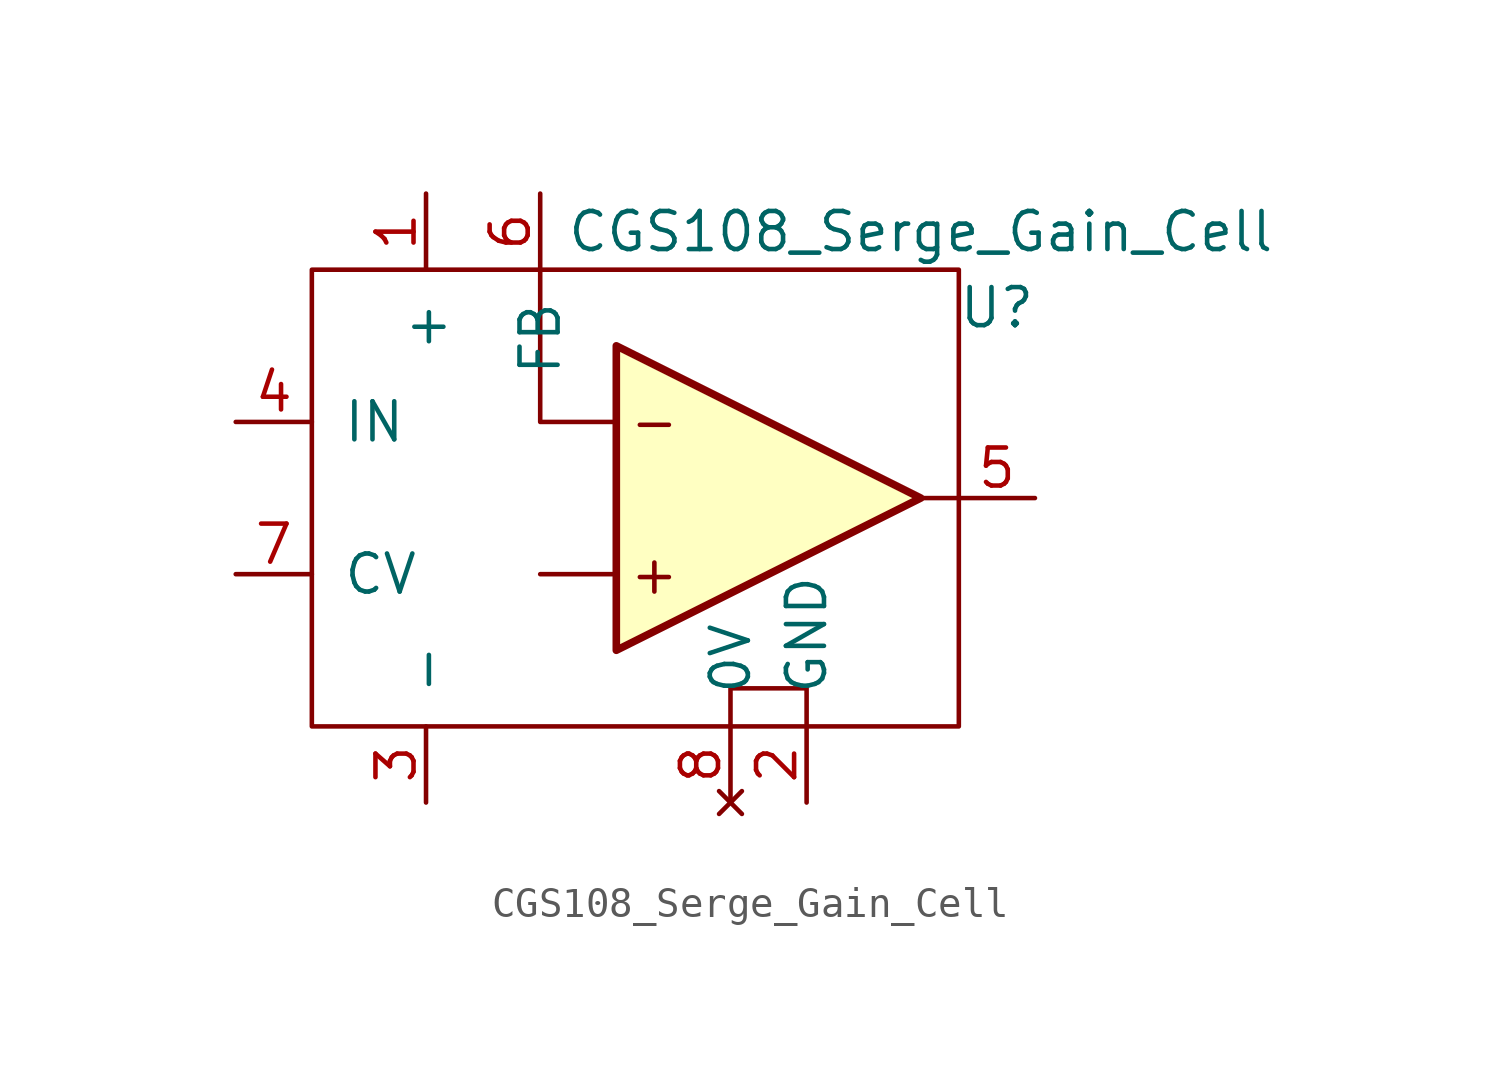
<source format=kicad_sym>
(kicad_symbol_lib
  (version 20211014)
  (generator kicad_symbol_editor)
  (symbol "CGS108_Serge_Gain_Cell"
    (pin_names
      (offset 1.016))
    (property "Reference" "U"
      (at 8.89 6.35 0)
      (effects (font (size 1.27 1.27))))
    (property "Value" "CGS108_Serge_Gain_Cell"
      (at 6.35 8.89 0)
      (effects (font (size 1.27 1.27))))
    (symbol "CGS108_Serge_Gain_Cell_0_0"
      (text "+" (at -2.54 -2.54 0) (effects (font (size 1.27 1.27))))
      (text "-" (at -2.54 2.54 0) (effects (font (size 1.27 1.27)))))
    (symbol "CGS108_Serge_Gain_Cell_0_1"
      (polyline (pts (xy -3.81 -2.54) (xy -6.35 -2.54)) (stroke (width 0) (type default) (color 0 0 0 0)) (fill (type none)))
      (polyline (pts (xy 6.35 0) (xy 7.62 0)) (stroke (width 0) (type default) (color 0 0 0 0)) (fill (type none)))
      (polyline (pts (xy -3.81 2.54) (xy -6.35 2.54) (xy -6.35 7.62)) (stroke (width 0) (type default) (color 0 0 0 0)) (fill (type none)))
      (polyline (pts (xy 0 -7.62) (xy 0 -6.35) (xy 2.54 -6.35) (xy 2.54 -7.62)) (stroke (width 0) (type default) (color 0 0 0 0)) (fill (type none)))
      (rectangle (start 7.62 7.62) (end -13.97 -7.62) (stroke (width 0) (type default) (color 0 0 0 0)) (fill (type none))))
    (symbol "CGS108_Serge_Gain_Cell_1_1"
      (polyline (pts (xy -3.81 5.08) (xy 6.35 0) (xy -3.81 -5.08) (xy -3.81 5.08)) (stroke (width 0.254) (type default) (color 0 0 0 0)) (fill (type background)))
      (pin power_in line (at -10.16 10.16 270) (length 2.54) (name "+" (effects (font (size 1.27 1.27)))) (number "1" (effects (font (size 1.27 1.27)))))
      (pin power_out line (at 2.54 -10.16 90) (length 2.54) (name "GND" (effects (font (size 1.27 1.27)))) (number "2" (effects (font (size 1.27 1.27)))))
      (pin power_out line (at -10.16 -10.16 90) (length 2.54) (name "-" (effects (font (size 1.27 1.27)))) (number "3" (effects (font (size 1.27 1.27)))))
      (pin power_in line (at -16.51 2.54 0) (length 2.54) (name "IN" (effects (font (size 1.27 1.27)))) (number "4" (effects (font (size 1.27 1.27)))))
      (pin output line (at 10.16 0 180) (length 2.54) (name "~" (effects (font (size 1.27 1.27)))) (number "5" (effects (font (size 1.27 1.27)))))
      (pin input line (at -6.35 10.16 270) (length 2.54) (name "FB" (effects (font (size 1.27 1.27)))) (number "6" (effects (font (size 1.27 1.27)))))
      (pin input line (at -16.51 -2.54 0) (length 2.54) (name "CV" (effects (font (size 1.27 1.27)))) (number "7" (effects (font (size 1.27 1.27)))))
      (pin no_connect line (at 0 -10.16 90) (length 2.54) (name "0V" (effects (font (size 1.27 1.27)))) (number "8" (effects (font (size 1.27 1.27))))))))
</source>
